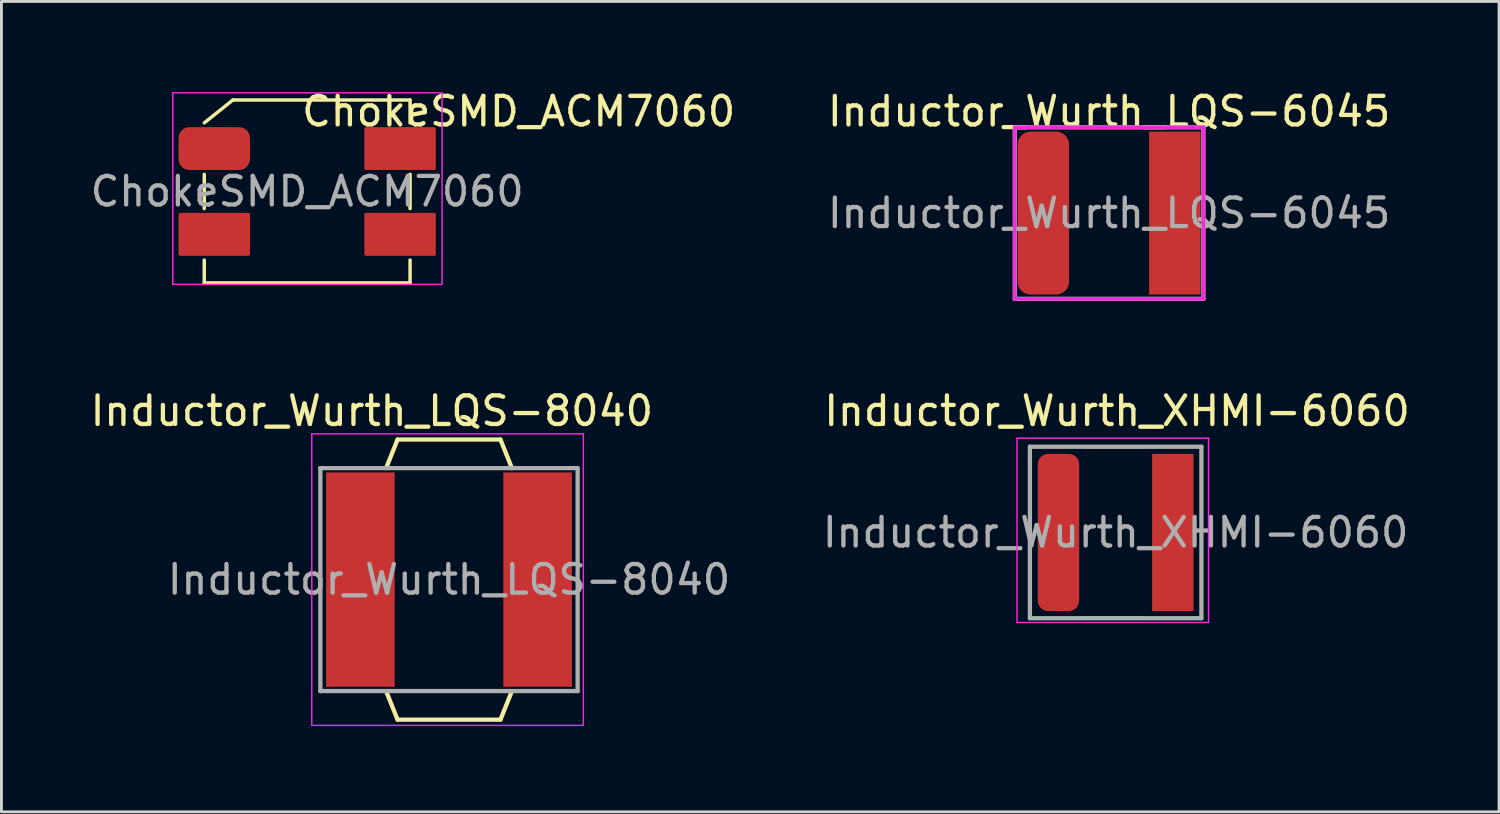
<source format=kicad_pcb>
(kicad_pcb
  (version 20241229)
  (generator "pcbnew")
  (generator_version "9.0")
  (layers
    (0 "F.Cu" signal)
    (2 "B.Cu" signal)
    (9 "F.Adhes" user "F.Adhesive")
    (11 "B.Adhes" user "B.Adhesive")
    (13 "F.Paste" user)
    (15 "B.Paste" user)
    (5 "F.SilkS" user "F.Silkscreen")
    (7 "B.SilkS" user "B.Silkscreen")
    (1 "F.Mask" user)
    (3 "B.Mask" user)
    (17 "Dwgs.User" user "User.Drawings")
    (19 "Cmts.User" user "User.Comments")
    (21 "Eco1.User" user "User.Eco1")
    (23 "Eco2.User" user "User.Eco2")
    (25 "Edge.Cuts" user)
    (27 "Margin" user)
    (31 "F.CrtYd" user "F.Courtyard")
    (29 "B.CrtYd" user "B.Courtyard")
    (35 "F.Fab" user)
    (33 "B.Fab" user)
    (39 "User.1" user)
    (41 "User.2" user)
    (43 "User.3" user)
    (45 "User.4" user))
  (footprint "Inductor_Wurth_XHMI-6060"
    (layer "F.Cu")
    (at 35.98 15.578)
    (property "Reference" "Inductor_Wurth_XHMI-6060" (at 0.05 -4.25 0) (layer "F.SilkS") (effects (font (size 1 1) (thickness 0.15))))
    (attr smd)
    (fp_line (start -1 -3) (end 1 -3) (stroke (width 0.12) (type solid)) (layer "F.SilkS"))
    (fp_line (start 1 3) (end -1 3) (stroke (width 0.12) (type solid)) (layer "F.SilkS"))
    (fp_line (start -3.45 -3.3) (end -3.45 3.15) (stroke (width 0.05) (type solid)) (layer "F.CrtYd"))
    (fp_line (start -3.45 3.15) (end 3.25 3.15) (stroke (width 0.05) (type solid)) (layer "F.CrtYd"))
    (fp_line (start 3.25 -3.3) (end -3.45 -3.3) (stroke (width 0.05) (type solid)) (layer "F.CrtYd"))
    (fp_line (start 3.25 3.15) (end 3.25 -3.3) (stroke (width 0.05) (type solid)) (layer "F.CrtYd"))
    (fp_line (start -3 -3) (end -3 3) (stroke (width 0.15) (type solid)) (layer "F.Fab"))
    (fp_line (start -3 3) (end 3 3) (stroke (width 0.15) (type solid)) (layer "F.Fab"))
    (fp_line (start 3 -3) (end -3 -3) (stroke (width 0.15) (type solid)) (layer "F.Fab"))
    (fp_line (start 3 3) (end 3 -3) (stroke (width 0.15) (type solid)) (layer "F.Fab"))
    (fp_text user "${REFERENCE}" (at 0 0 0) (layer "F.Fab") (effects (font (size 1 1) (thickness 0.15))))
    (pad "1" smd roundrect (at -2 0) (size 1.45 5.5) (layers "F.Cu" "F.Mask" "F.Paste") (roundrect_rratio 0.25))
    (pad "2" smd rect (at 2 0) (size 1.45 5.5) (layers "F.Cu" "F.Mask" "F.Paste")))
  (footprint "Inductor_Wurth_LQS-6045"
    (layer "F.Cu")
    (at 35.751 4.404)
    (property "Reference" "Inductor_Wurth_LQS-6045" (at 0 -3.556 0) (layer "F.SilkS") (effects (font (size 1 1) (thickness 0.15))))
    (attr smd)
    (fp_line (start -3.3 -3) (end 3.3 -3) (stroke (width 0.12) (type solid)) (layer "F.CrtYd"))
    (fp_line (start -3.3 3) (end -3.3 -3) (stroke (width 0.12) (type solid)) (layer "F.CrtYd"))
    (fp_line (start 3.3 -3) (end 3.3 3) (stroke (width 0.12) (type solid)) (layer "F.CrtYd"))
    (fp_line (start 3.3 3) (end -3.3 3) (stroke (width 0.12) (type solid)) (layer "F.CrtYd"))
    (fp_line (start -3.3 -3) (end -3.3 3) (stroke (width 0.15) (type solid)) (layer "F.Fab"))
    (fp_line (start -3.3 3) (end 3.3 3) (stroke (width 0.15) (type solid)) (layer "F.Fab"))
    (fp_line (start 3.3 -3) (end -3.3 -3) (stroke (width 0.15) (type solid)) (layer "F.Fab"))
    (fp_line (start 3.3 3) (end 3.3 -3) (stroke (width 0.15) (type solid)) (layer "F.Fab"))
    (fp_text user "${REFERENCE}" (at 0 0 0) (layer "F.Fab") (effects (font (size 1 1) (thickness 0.15))))
    (pad "1" smd roundrect (at -2.3 0) (size 1.8 5.7) (layers "F.Cu" "F.Mask" "F.Paste") (roundrect_rratio 0.25))
    (pad "2" smd rect (at 2.3 0) (size 1.8 5.7) (layers "F.Cu" "F.Mask" "F.Paste")))
  (footprint "ChokeSMD_ACM7060"
    (layer "F.Cu")
    (at 7.696 3.648)
    (property "Reference" "ChokeSMD_ACM7060" (at 7.4 -2.8 0) (layer "F.SilkS") (effects (font (size 1 1) (thickness 0.15))))
    (attr smd)
    (fp_line (start -3.6 -2.4) (end -2.6 -3.2) (stroke (width 0.12) (type solid)) (layer "F.SilkS"))
    (fp_line (start -3.6 -0.6) (end -3.6 0.6) (stroke (width 0.12) (type solid)) (layer "F.SilkS"))
    (fp_line (start -3.6 2.4) (end -3.6 3.2) (stroke (width 0.12) (type solid)) (layer "F.SilkS"))
    (fp_line (start -2.6 -3.2) (end 3.6 -3.2) (stroke (width 0.12) (type solid)) (layer "F.SilkS"))
    (fp_line (start 3.6 -3.2) (end 3.6 -2.4) (stroke (width 0.12) (type solid)) (layer "F.SilkS"))
    (fp_line (start 3.6 0.6) (end 3.6 -0.6) (stroke (width 0.12) (type solid)) (layer "F.SilkS"))
    (fp_line (start 3.6 3.2) (end -3.6 3.2) (stroke (width 0.12) (type solid)) (layer "F.SilkS"))
    (fp_line (start 3.6 3.2) (end 3.6 2.4) (stroke (width 0.12) (type solid)) (layer "F.SilkS"))
    (fp_line (start -4.7 -3.45) (end 4.72 -3.45) (stroke (width 0.05) (type solid)) (layer "F.CrtYd"))
    (fp_line (start -4.7 3.25) (end -4.7 -3.45) (stroke (width 0.05) (type solid)) (layer "F.CrtYd"))
    (fp_line (start -4.7 3.25) (end 4.7 3.25) (stroke (width 0.05) (type solid)) (layer "F.CrtYd"))
    (fp_line (start 4.72 3.25) (end 4.72 -3.45) (stroke (width 0.05) (type solid)) (layer "F.CrtYd"))
    (fp_text user "${REFERENCE}" (at 0 0 0) (layer "F.Fab") (effects (font (size 1 1) (thickness 0.15))))
    (pad "1" smd roundrect (at -3.25 -1.5 90) (size 1.5 2.5) (layers "F.Cu" "F.Mask" "F.Paste") (roundrect_rratio 0.25))
    (pad "2" smd roundrect (at -3.25 1.5 90) (size 1.5 2.5) (layers "F.Cu" "F.Mask" "F.Paste") (roundrect_rratio 0.037))
    (pad "3" smd roundrect (at 3.25 1.5 90) (size 1.5 2.5) (layers "F.Cu" "F.Mask" "F.Paste") (roundrect_rratio 0.037))
    (pad "4" smd roundrect (at 3.25 -1.5 90) (size 1.5 2.5) (layers "F.Cu" "F.Mask" "F.Paste") (roundrect_rratio 0.037)))
  (footprint "Inductor_Wurth_LQS-8040"
    (layer "F.Cu")
    (at 12.658 17.227)
    (property "Reference" "Inductor_Wurth_LQS-8040" (at -2.7 -5.9 0) (layer "F.SilkS") (effects (font (size 1 1) (thickness 0.15))))
    (attr smd)
    (fp_line (start -1.8 -4.9) (end -2.2 -3.9) (stroke (width 0.15) (type solid)) (layer "F.SilkS"))
    (fp_line (start -1.8 -4.9) (end 1.8 -4.9) (stroke (width 0.15) (type solid)) (layer "F.SilkS"))
    (fp_line (start -1.8 4.9) (end -2.2 3.9) (stroke (width 0.15) (type solid)) (layer "F.SilkS"))
    (fp_line (start 1.8 -4.9) (end 2.2 -3.9) (stroke (width 0.15) (type solid)) (layer "F.SilkS"))
    (fp_line (start 1.8 4.9) (end -1.8 4.9) (stroke (width 0.15) (type solid)) (layer "F.SilkS"))
    (fp_line (start 1.8 4.9) (end 2.2 3.9) (stroke (width 0.15) (type solid)) (layer "F.SilkS"))
    (fp_line (start -4.8 -5.1) (end -4.8 5.1) (stroke (width 0.05) (type solid)) (layer "F.CrtYd"))
    (fp_line (start -4.8 5.1) (end 4.7 5.1) (stroke (width 0.05) (type solid)) (layer "F.CrtYd"))
    (fp_line (start 4.7 -5.1) (end -4.8 -5.1) (stroke (width 0.05) (type solid)) (layer "F.CrtYd"))
    (fp_line (start 4.7 5.1) (end 4.7 -5.1) (stroke (width 0.05) (type solid)) (layer "F.CrtYd"))
    (fp_line (start -4.5 -3.9) (end -4.5 3.9) (stroke (width 0.15) (type solid)) (layer "F.Fab"))
    (fp_line (start -4.5 3.9) (end 4.5 3.9) (stroke (width 0.15) (type solid)) (layer "F.Fab"))
    (fp_line (start 4.5 -3.9) (end -4.5 -3.9) (stroke (width 0.15) (type solid)) (layer "F.Fab"))
    (fp_line (start 4.5 3.9) (end 4.5 -3.9) (stroke (width 0.15) (type solid)) (layer "F.Fab"))
    (fp_text user "${REFERENCE}" (at 0 0 0) (layer "F.Fab") (effects (font (size 1 1) (thickness 0.15))))
    (pad "1" smd rect (at -3.1 0) (size 2.4 7.5) (layers "F.Cu" "F.Mask" "F.Paste"))
    (pad "2" smd rect (at 3.1 0) (size 2.4 7.5) (layers "F.Cu" "F.Mask" "F.Paste")))
  (gr_rect
    (start -3 -3)
    (end 49.393 25.352)
    (stroke (width 0.1) (type default))
    (fill no)
    (layer "Edge.Cuts")))
</source>
